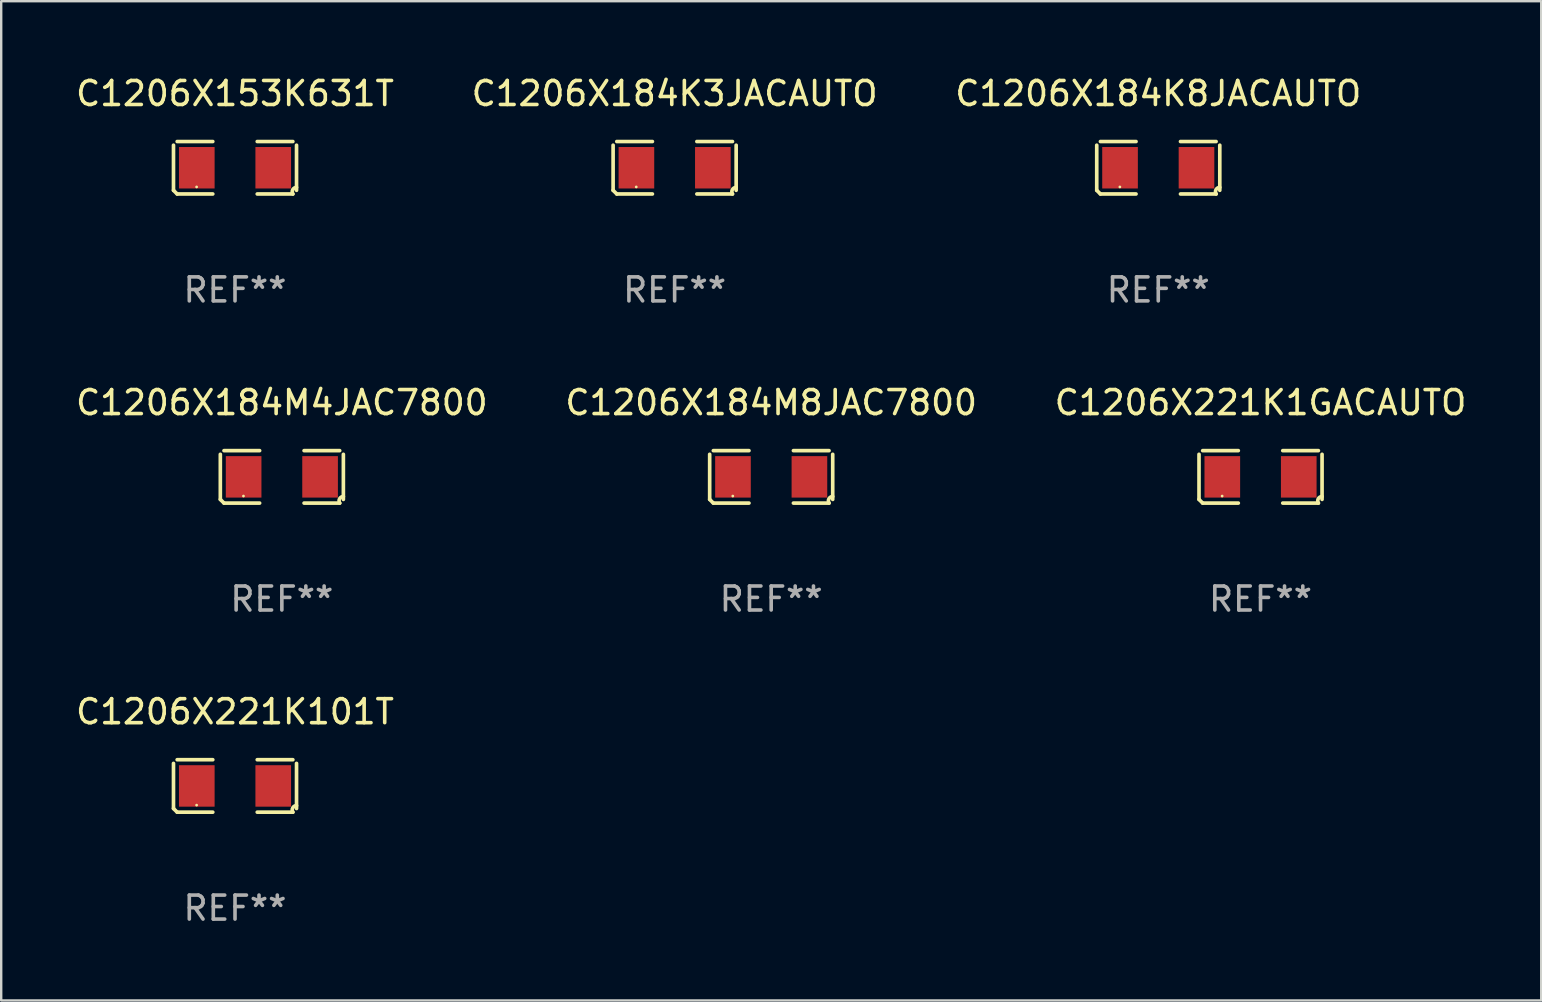
<source format=kicad_pcb>
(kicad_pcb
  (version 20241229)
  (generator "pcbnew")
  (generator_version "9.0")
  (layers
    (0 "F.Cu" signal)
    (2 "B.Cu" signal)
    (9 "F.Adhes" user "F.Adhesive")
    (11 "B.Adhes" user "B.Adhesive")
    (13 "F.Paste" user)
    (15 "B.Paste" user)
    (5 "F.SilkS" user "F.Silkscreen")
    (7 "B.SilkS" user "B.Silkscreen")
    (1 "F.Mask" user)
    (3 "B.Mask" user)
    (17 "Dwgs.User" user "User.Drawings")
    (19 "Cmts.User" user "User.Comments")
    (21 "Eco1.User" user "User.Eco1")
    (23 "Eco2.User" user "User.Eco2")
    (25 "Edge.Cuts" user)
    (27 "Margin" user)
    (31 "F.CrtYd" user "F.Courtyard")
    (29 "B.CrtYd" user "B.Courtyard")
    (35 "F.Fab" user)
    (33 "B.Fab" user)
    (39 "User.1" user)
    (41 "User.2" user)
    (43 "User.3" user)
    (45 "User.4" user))
  (footprint "C1206X184M8JAC7800"
    (layer "F.Cu")
    (at 29.089 16.823)
    (property "Reference" "C1206X184M8JAC7800" (at 0 -3.093 0) (layer "F.SilkS") (effects (font (size 1 1) (thickness 0.15))))
    (attr through_hole)
    (fp_line (start -2.564 0.94) (end -2.564 -0.94) (stroke (width 0.152) (type solid)) (layer "F.SilkS"))
    (fp_line (start -2.411 -1.093) (end -0.926 -1.093) (stroke (width 0.152) (type solid)) (layer "F.SilkS"))
    (fp_line (start -0.926 1.093) (end -2.411 1.093) (stroke (width 0.152) (type solid)) (layer "F.SilkS"))
    (fp_line (start 0.926 1.093) (end 2.411 1.093) (stroke (width 0.152) (type solid)) (layer "F.SilkS"))
    (fp_line (start 2.411 -1.093) (end 0.926 -1.093) (stroke (width 0.152) (type solid)) (layer "F.SilkS"))
    (fp_line (start 2.564 0.94) (end 2.564 -0.94) (stroke (width 0.152) (type solid)) (layer "F.SilkS"))
    (fp_arc (start -2.411201 1.092609) (mid -2.487413 1.01642) (end -2.563602 0.940208) (stroke (width 0.1524) (type solid)) (layer "F.SilkS"))
    (fp_arc (start 2.411201 1.092609) (mid 2.407159 0.911226) (end 2.563602 0.819347) (stroke (width 0.1524) (type solid)) (layer "F.SilkS"))
    (fp_circle (center -1.6 0.8) (end -1.57 0.8) (stroke (width 0.06) (type solid)) (fill no) (layer "F.SilkS"))
    (fp_text user "REF**" (at 0 5.093 0) (layer "F.Fab") (effects (font (size 1 1) (thickness 0.15))))
    (pad "1" smd rect (at -1.593 0) (size 1.485 1.728) (layers "F.Cu" "F.Mask" "F.Paste"))
    (pad "2" smd rect (at 1.593 0) (size 1.485 1.728) (layers "F.Cu" "F.Mask" "F.Paste")))
  (footprint "C1206X221K101T"
    (layer "F.Cu")
    (at 6.744 29.704)
    (property "Reference" "C1206X221K101T" (at 0 -3.093 0) (layer "F.SilkS") (effects (font (size 1 1) (thickness 0.15))))
    (attr through_hole)
    (fp_line (start -2.564 0.94) (end -2.564 -0.94) (stroke (width 0.152) (type solid)) (layer "F.SilkS"))
    (fp_line (start -2.411 -1.093) (end -0.926 -1.093) (stroke (width 0.152) (type solid)) (layer "F.SilkS"))
    (fp_line (start -0.926 1.093) (end -2.411 1.093) (stroke (width 0.152) (type solid)) (layer "F.SilkS"))
    (fp_line (start 0.926 1.093) (end 2.411 1.093) (stroke (width 0.152) (type solid)) (layer "F.SilkS"))
    (fp_line (start 2.411 -1.093) (end 0.926 -1.093) (stroke (width 0.152) (type solid)) (layer "F.SilkS"))
    (fp_line (start 2.564 0.94) (end 2.564 -0.94) (stroke (width 0.152) (type solid)) (layer "F.SilkS"))
    (fp_arc (start -2.411201 1.092609) (mid -2.487413 1.01642) (end -2.563602 0.940208) (stroke (width 0.1524) (type solid)) (layer "F.SilkS"))
    (fp_arc (start 2.411201 1.092609) (mid 2.407159 0.911226) (end 2.563602 0.819347) (stroke (width 0.1524) (type solid)) (layer "F.SilkS"))
    (fp_circle (center -1.6 0.8) (end -1.57 0.8) (stroke (width 0.06) (type solid)) (fill no) (layer "F.SilkS"))
    (fp_text user "REF**" (at 0 5.093 0) (layer "F.Fab") (effects (font (size 1 1) (thickness 0.15))))
    (pad "1" smd rect (at -1.593 0) (size 1.485 1.728) (layers "F.Cu" "F.Mask" "F.Paste"))
    (pad "2" smd rect (at 1.593 0) (size 1.485 1.728) (layers "F.Cu" "F.Mask" "F.Paste")))
  (footprint "C1206X184K3JACAUTO"
    (layer "F.Cu")
    (at 25.065 3.941)
    (property "Reference" "C1206X184K3JACAUTO" (at 0 -3.093 0) (layer "F.SilkS") (effects (font (size 1 1) (thickness 0.15))))
    (attr through_hole)
    (fp_line (start -2.564 0.94) (end -2.564 -0.94) (stroke (width 0.152) (type solid)) (layer "F.SilkS"))
    (fp_line (start -2.411 -1.093) (end -0.926 -1.093) (stroke (width 0.152) (type solid)) (layer "F.SilkS"))
    (fp_line (start -0.926 1.093) (end -2.411 1.093) (stroke (width 0.152) (type solid)) (layer "F.SilkS"))
    (fp_line (start 0.926 1.093) (end 2.411 1.093) (stroke (width 0.152) (type solid)) (layer "F.SilkS"))
    (fp_line (start 2.411 -1.093) (end 0.926 -1.093) (stroke (width 0.152) (type solid)) (layer "F.SilkS"))
    (fp_line (start 2.564 0.94) (end 2.564 -0.94) (stroke (width 0.152) (type solid)) (layer "F.SilkS"))
    (fp_arc (start -2.411201 1.092609) (mid -2.487413 1.01642) (end -2.563602 0.940208) (stroke (width 0.1524) (type solid)) (layer "F.SilkS"))
    (fp_arc (start 2.411201 1.092609) (mid 2.407159 0.911226) (end 2.563602 0.819347) (stroke (width 0.1524) (type solid)) (layer "F.SilkS"))
    (fp_circle (center -1.6 0.8) (end -1.57 0.8) (stroke (width 0.06) (type solid)) (fill no) (layer "F.SilkS"))
    (fp_text user "REF**" (at 0 5.093 0) (layer "F.Fab") (effects (font (size 1 1) (thickness 0.15))))
    (pad "1" smd rect (at -1.593 0) (size 1.485 1.728) (layers "F.Cu" "F.Mask" "F.Paste"))
    (pad "2" smd rect (at 1.593 0) (size 1.485 1.728) (layers "F.Cu" "F.Mask" "F.Paste")))
  (footprint "C1206X184K8JACAUTO"
    (layer "F.Cu")
    (at 45.22 3.941)
    (property "Reference" "C1206X184K8JACAUTO" (at 0 -3.093 0) (layer "F.SilkS") (effects (font (size 1 1) (thickness 0.15))))
    (attr through_hole)
    (fp_line (start -2.564 0.94) (end -2.564 -0.94) (stroke (width 0.152) (type solid)) (layer "F.SilkS"))
    (fp_line (start -2.411 -1.093) (end -0.926 -1.093) (stroke (width 0.152) (type solid)) (layer "F.SilkS"))
    (fp_line (start -0.926 1.093) (end -2.411 1.093) (stroke (width 0.152) (type solid)) (layer "F.SilkS"))
    (fp_line (start 0.926 1.093) (end 2.411 1.093) (stroke (width 0.152) (type solid)) (layer "F.SilkS"))
    (fp_line (start 2.411 -1.093) (end 0.926 -1.093) (stroke (width 0.152) (type solid)) (layer "F.SilkS"))
    (fp_line (start 2.564 0.94) (end 2.564 -0.94) (stroke (width 0.152) (type solid)) (layer "F.SilkS"))
    (fp_arc (start -2.411201 1.092609) (mid -2.487413 1.01642) (end -2.563602 0.940208) (stroke (width 0.1524) (type solid)) (layer "F.SilkS"))
    (fp_arc (start 2.411201 1.092609) (mid 2.407159 0.911226) (end 2.563602 0.819347) (stroke (width 0.1524) (type solid)) (layer "F.SilkS"))
    (fp_circle (center -1.6 0.8) (end -1.57 0.8) (stroke (width 0.06) (type solid)) (fill no) (layer "F.SilkS"))
    (fp_text user "REF**" (at 0 5.093 0) (layer "F.Fab") (effects (font (size 1 1) (thickness 0.15))))
    (pad "1" smd rect (at -1.593 0) (size 1.485 1.728) (layers "F.Cu" "F.Mask" "F.Paste"))
    (pad "2" smd rect (at 1.593 0) (size 1.485 1.728) (layers "F.Cu" "F.Mask" "F.Paste")))
  (footprint "C1206X221K1GACAUTO"
    (layer "F.Cu")
    (at 49.482 16.823)
    (property "Reference" "C1206X221K1GACAUTO" (at 0 -3.093 0) (layer "F.SilkS") (effects (font (size 1 1) (thickness 0.15))))
    (attr through_hole)
    (fp_line (start -2.564 0.94) (end -2.564 -0.94) (stroke (width 0.152) (type solid)) (layer "F.SilkS"))
    (fp_line (start -2.411 -1.093) (end -0.926 -1.093) (stroke (width 0.152) (type solid)) (layer "F.SilkS"))
    (fp_line (start -0.926 1.093) (end -2.411 1.093) (stroke (width 0.152) (type solid)) (layer "F.SilkS"))
    (fp_line (start 0.926 1.093) (end 2.411 1.093) (stroke (width 0.152) (type solid)) (layer "F.SilkS"))
    (fp_line (start 2.411 -1.093) (end 0.926 -1.093) (stroke (width 0.152) (type solid)) (layer "F.SilkS"))
    (fp_line (start 2.564 0.94) (end 2.564 -0.94) (stroke (width 0.152) (type solid)) (layer "F.SilkS"))
    (fp_arc (start -2.411201 1.092609) (mid -2.487413 1.01642) (end -2.563602 0.940208) (stroke (width 0.1524) (type solid)) (layer "F.SilkS"))
    (fp_arc (start 2.411201 1.092609) (mid 2.407159 0.911226) (end 2.563602 0.819347) (stroke (width 0.1524) (type solid)) (layer "F.SilkS"))
    (fp_circle (center -1.6 0.8) (end -1.57 0.8) (stroke (width 0.06) (type solid)) (fill no) (layer "F.SilkS"))
    (fp_text user "REF**" (at 0 5.093 0) (layer "F.Fab") (effects (font (size 1 1) (thickness 0.15))))
    (pad "1" smd rect (at -1.593 0) (size 1.485 1.728) (layers "F.Cu" "F.Mask" "F.Paste"))
    (pad "2" smd rect (at 1.593 0) (size 1.485 1.728) (layers "F.Cu" "F.Mask" "F.Paste")))
  (footprint "C1206X153K631T"
    (layer "F.Cu")
    (at 6.744 3.941)
    (property "Reference" "C1206X153K631T" (at 0 -3.093 0) (layer "F.SilkS") (effects (font (size 1 1) (thickness 0.15))))
    (attr through_hole)
    (fp_line (start -2.564 0.94) (end -2.564 -0.94) (stroke (width 0.152) (type solid)) (layer "F.SilkS"))
    (fp_line (start -2.411 -1.093) (end -0.926 -1.093) (stroke (width 0.152) (type solid)) (layer "F.SilkS"))
    (fp_line (start -0.926 1.093) (end -2.411 1.093) (stroke (width 0.152) (type solid)) (layer "F.SilkS"))
    (fp_line (start 0.926 1.093) (end 2.411 1.093) (stroke (width 0.152) (type solid)) (layer "F.SilkS"))
    (fp_line (start 2.411 -1.093) (end 0.926 -1.093) (stroke (width 0.152) (type solid)) (layer "F.SilkS"))
    (fp_line (start 2.564 0.94) (end 2.564 -0.94) (stroke (width 0.152) (type solid)) (layer "F.SilkS"))
    (fp_arc (start -2.411201 1.092609) (mid -2.487413 1.01642) (end -2.563602 0.940208) (stroke (width 0.1524) (type solid)) (layer "F.SilkS"))
    (fp_arc (start 2.411201 1.092609) (mid 2.407159 0.911226) (end 2.563602 0.819347) (stroke (width 0.1524) (type solid)) (layer "F.SilkS"))
    (fp_circle (center -1.6 0.8) (end -1.57 0.8) (stroke (width 0.06) (type solid)) (fill no) (layer "F.SilkS"))
    (fp_text user "REF**" (at 0 5.093 0) (layer "F.Fab") (effects (font (size 1 1) (thickness 0.15))))
    (pad "1" smd rect (at -1.593 0) (size 1.485 1.728) (layers "F.Cu" "F.Mask" "F.Paste"))
    (pad "2" smd rect (at 1.593 0) (size 1.485 1.728) (layers "F.Cu" "F.Mask" "F.Paste")))
  (footprint "C1206X184M4JAC7800"
    (layer "F.Cu")
    (at 8.696 16.823)
    (property "Reference" "C1206X184M4JAC7800" (at 0 -3.093 0) (layer "F.SilkS") (effects (font (size 1 1) (thickness 0.15))))
    (attr through_hole)
    (fp_line (start -2.564 0.94) (end -2.564 -0.94) (stroke (width 0.152) (type solid)) (layer "F.SilkS"))
    (fp_line (start -2.411 -1.093) (end -0.926 -1.093) (stroke (width 0.152) (type solid)) (layer "F.SilkS"))
    (fp_line (start -0.926 1.093) (end -2.411 1.093) (stroke (width 0.152) (type solid)) (layer "F.SilkS"))
    (fp_line (start 0.926 1.093) (end 2.411 1.093) (stroke (width 0.152) (type solid)) (layer "F.SilkS"))
    (fp_line (start 2.411 -1.093) (end 0.926 -1.093) (stroke (width 0.152) (type solid)) (layer "F.SilkS"))
    (fp_line (start 2.564 0.94) (end 2.564 -0.94) (stroke (width 0.152) (type solid)) (layer "F.SilkS"))
    (fp_arc (start -2.411201 1.092609) (mid -2.487413 1.01642) (end -2.563602 0.940208) (stroke (width 0.1524) (type solid)) (layer "F.SilkS"))
    (fp_arc (start 2.411201 1.092609) (mid 2.407159 0.911226) (end 2.563602 0.819347) (stroke (width 0.1524) (type solid)) (layer "F.SilkS"))
    (fp_circle (center -1.6 0.8) (end -1.57 0.8) (stroke (width 0.06) (type solid)) (fill no) (layer "F.SilkS"))
    (fp_text user "REF**" (at 0 5.093 0) (layer "F.Fab") (effects (font (size 1 1) (thickness 0.15))))
    (pad "1" smd rect (at -1.593 0) (size 1.485 1.728) (layers "F.Cu" "F.Mask" "F.Paste"))
    (pad "2" smd rect (at 1.593 0) (size 1.485 1.728) (layers "F.Cu" "F.Mask" "F.Paste")))
  (gr_rect
    (start -3 -3)
    (end 61.179 38.645)
    (stroke (width 0.1) (type default))
    (fill no)
    (layer "Edge.Cuts")))
</source>
